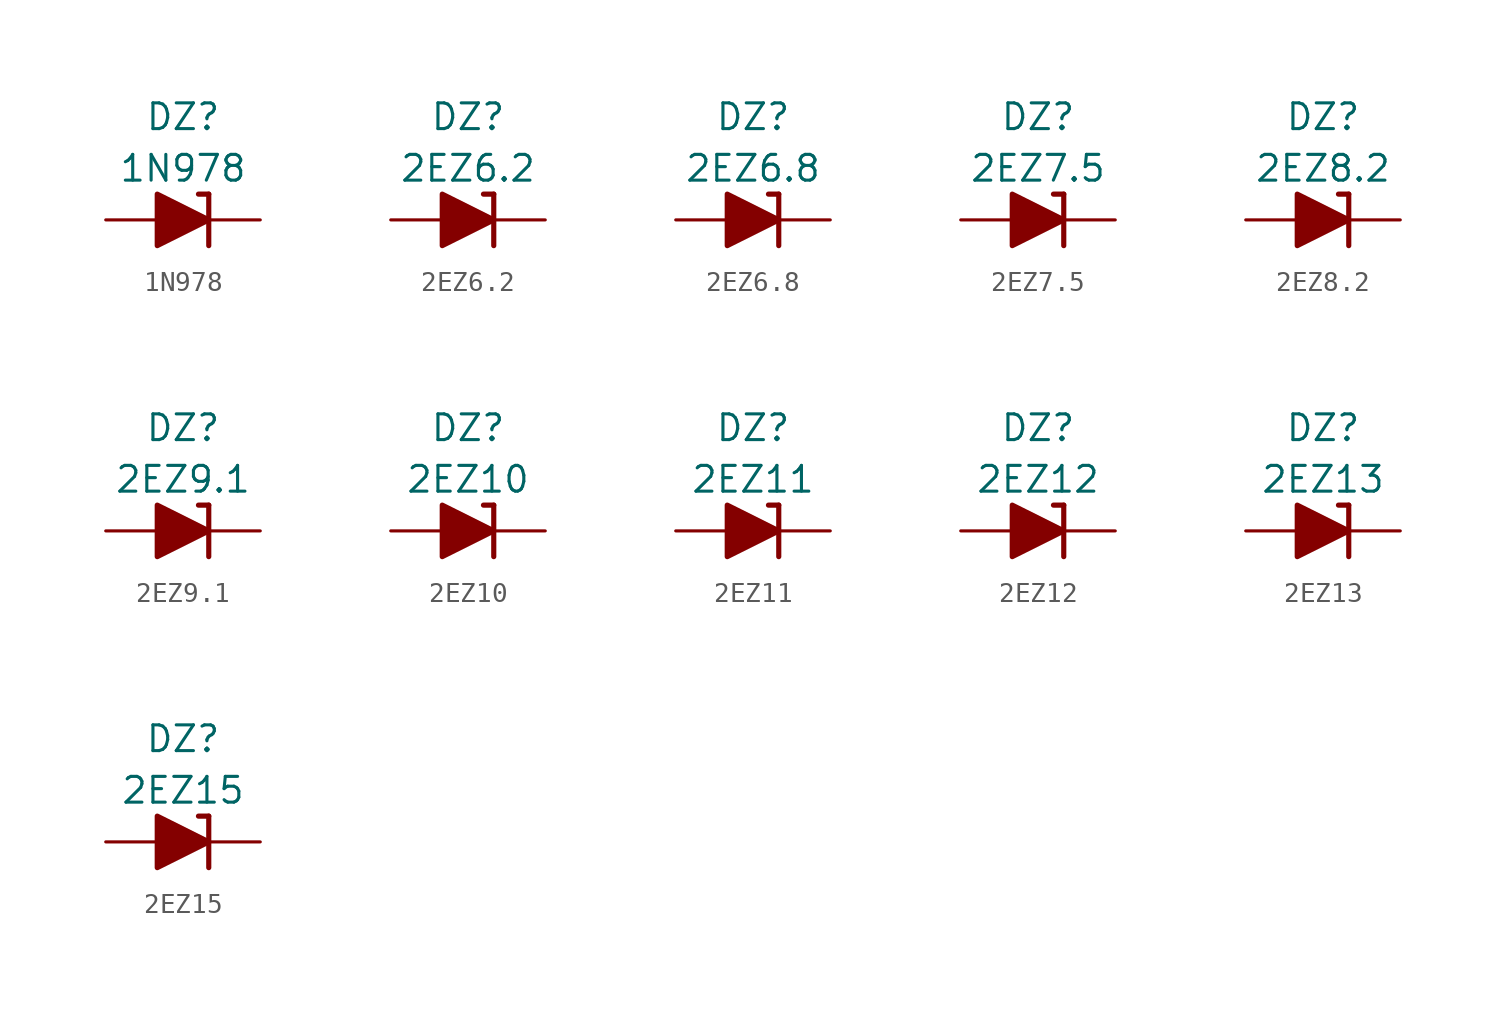
<source format=kicad_sym>
(kicad_symbol_lib
  (version 20211014)
  (generator kicad_symbol_editor)
  (symbol "1N978"
    (pin_numbers hide)
    (pin_names
      (offset 1.016) hide)
    (property "Reference" "DZ"
      (at 0 5.08 0)
      (effects (font (size 1.27 1.27))))
    (property "Value" "1N978"
      (at 0 2.54 0)
      (effects (font (size 1.27 1.27))))
    (symbol "1N978_0_1"
      (polyline (pts (xy -1.27 0) (xy 1.27 0)) (stroke (width 0) (type default) (color 0 0 0 0)) (fill (type none)))
      (polyline (pts (xy 1.27 1.27) (xy 0.762 1.27)) (stroke (width 0.254) (type default) (color 0 0 0 0)) (fill (type none)))
      (polyline (pts (xy 1.27 1.27) (xy 1.27 -1.27)) (stroke (width 0.254) (type default) (color 0 0 0 0)) (fill (type none)))
      (polyline (pts (xy -1.27 -1.27) (xy -1.27 1.27) (xy 1.27 0) (xy -1.27 -1.27)) (stroke (width 0.254) (type default) (color 0 0 0 0)) (fill (type outline))))
    (symbol "1N978_1_1"
      (pin passive line (at 3.81 0 180) (length 2.54) (name "K" (effects (font (size 1.27 1.27)))) (number "1" (effects (font (size 1.27 1.27)))))
      (pin passive line (at -3.81 0 0) (length 2.54) (name "A" (effects (font (size 1.27 1.27)))) (number "2" (effects (font (size 1.27 1.27)))))))
  (symbol "2EZ6.2"
    (pin_numbers hide)
    (pin_names
      (offset 1.016) hide)
    (property "Reference" "DZ"
      (at 0 5.08 0)
      (effects (font (size 1.27 1.27))))
    (property "Value" "2EZ6.2"
      (at 0 2.54 0)
      (effects (font (size 1.27 1.27))))
    (symbol "2EZ6.2_0_1"
      (polyline (pts (xy -1.27 0) (xy 1.27 0)) (stroke (width 0) (type default) (color 0 0 0 0)) (fill (type none)))
      (polyline (pts (xy 1.27 1.27) (xy 0.762 1.27)) (stroke (width 0.254) (type default) (color 0 0 0 0)) (fill (type none)))
      (polyline (pts (xy 1.27 1.27) (xy 1.27 -1.27)) (stroke (width 0.254) (type default) (color 0 0 0 0)) (fill (type none)))
      (polyline (pts (xy -1.27 -1.27) (xy -1.27 1.27) (xy 1.27 0) (xy -1.27 -1.27)) (stroke (width 0.254) (type default) (color 0 0 0 0)) (fill (type outline))))
    (symbol "2EZ6.2_1_1"
      (pin passive line (at 3.81 0 180) (length 2.54) (name "K" (effects (font (size 1.27 1.27)))) (number "1" (effects (font (size 1.27 1.27)))))
      (pin passive line (at -3.81 0 0) (length 2.54) (name "A" (effects (font (size 1.27 1.27)))) (number "2" (effects (font (size 1.27 1.27)))))))
  (symbol "2EZ6.8"
    (pin_numbers hide)
    (pin_names
      (offset 1.016) hide)
    (property "Reference" "DZ"
      (at 0 5.08 0)
      (effects (font (size 1.27 1.27))))
    (property "Value" "2EZ6.8"
      (at 0 2.54 0)
      (effects (font (size 1.27 1.27))))
    (symbol "2EZ6.8_0_1"
      (polyline (pts (xy -1.27 0) (xy 1.27 0)) (stroke (width 0) (type default) (color 0 0 0 0)) (fill (type none)))
      (polyline (pts (xy 1.27 1.27) (xy 0.762 1.27)) (stroke (width 0.254) (type default) (color 0 0 0 0)) (fill (type none)))
      (polyline (pts (xy 1.27 1.27) (xy 1.27 -1.27)) (stroke (width 0.254) (type default) (color 0 0 0 0)) (fill (type none)))
      (polyline (pts (xy -1.27 -1.27) (xy -1.27 1.27) (xy 1.27 0) (xy -1.27 -1.27)) (stroke (width 0.254) (type default) (color 0 0 0 0)) (fill (type outline))))
    (symbol "2EZ6.8_1_1"
      (pin passive line (at 3.81 0 180) (length 2.54) (name "K" (effects (font (size 1.27 1.27)))) (number "1" (effects (font (size 1.27 1.27)))))
      (pin passive line (at -3.81 0 0) (length 2.54) (name "A" (effects (font (size 1.27 1.27)))) (number "2" (effects (font (size 1.27 1.27)))))))
  (symbol "2EZ7.5"
    (pin_numbers hide)
    (pin_names
      (offset 1.016) hide)
    (property "Reference" "DZ"
      (at 0 5.08 0)
      (effects (font (size 1.27 1.27))))
    (property "Value" "2EZ7.5"
      (at 0 2.54 0)
      (effects (font (size 1.27 1.27))))
    (symbol "2EZ7.5_0_1"
      (polyline (pts (xy -1.27 0) (xy 1.27 0)) (stroke (width 0) (type default) (color 0 0 0 0)) (fill (type none)))
      (polyline (pts (xy 1.27 1.27) (xy 0.762 1.27)) (stroke (width 0.254) (type default) (color 0 0 0 0)) (fill (type none)))
      (polyline (pts (xy 1.27 1.27) (xy 1.27 -1.27)) (stroke (width 0.254) (type default) (color 0 0 0 0)) (fill (type none)))
      (polyline (pts (xy -1.27 -1.27) (xy -1.27 1.27) (xy 1.27 0) (xy -1.27 -1.27)) (stroke (width 0.254) (type default) (color 0 0 0 0)) (fill (type outline))))
    (symbol "2EZ7.5_1_1"
      (pin passive line (at 3.81 0 180) (length 2.54) (name "K" (effects (font (size 1.27 1.27)))) (number "1" (effects (font (size 1.27 1.27)))))
      (pin passive line (at -3.81 0 0) (length 2.54) (name "A" (effects (font (size 1.27 1.27)))) (number "2" (effects (font (size 1.27 1.27)))))))
  (symbol "2EZ8.2"
    (pin_numbers hide)
    (pin_names
      (offset 1.016) hide)
    (property "Reference" "DZ"
      (at 0 5.08 0)
      (effects (font (size 1.27 1.27))))
    (property "Value" "2EZ8.2"
      (at 0 2.54 0)
      (effects (font (size 1.27 1.27))))
    (symbol "2EZ8.2_0_1"
      (polyline (pts (xy -1.27 0) (xy 1.27 0)) (stroke (width 0) (type default) (color 0 0 0 0)) (fill (type none)))
      (polyline (pts (xy 1.27 1.27) (xy 0.762 1.27)) (stroke (width 0.254) (type default) (color 0 0 0 0)) (fill (type none)))
      (polyline (pts (xy 1.27 1.27) (xy 1.27 -1.27)) (stroke (width 0.254) (type default) (color 0 0 0 0)) (fill (type none)))
      (polyline (pts (xy -1.27 -1.27) (xy -1.27 1.27) (xy 1.27 0) (xy -1.27 -1.27)) (stroke (width 0.254) (type default) (color 0 0 0 0)) (fill (type outline))))
    (symbol "2EZ8.2_1_1"
      (pin passive line (at 3.81 0 180) (length 2.54) (name "K" (effects (font (size 1.27 1.27)))) (number "1" (effects (font (size 1.27 1.27)))))
      (pin passive line (at -3.81 0 0) (length 2.54) (name "A" (effects (font (size 1.27 1.27)))) (number "2" (effects (font (size 1.27 1.27)))))))
  (symbol "2EZ9.1"
    (pin_numbers hide)
    (pin_names
      (offset 1.016) hide)
    (property "Reference" "DZ"
      (at 0 5.08 0)
      (effects (font (size 1.27 1.27))))
    (property "Value" "2EZ9.1"
      (at 0 2.54 0)
      (effects (font (size 1.27 1.27))))
    (symbol "2EZ9.1_0_1"
      (polyline (pts (xy -1.27 0) (xy 1.27 0)) (stroke (width 0) (type default) (color 0 0 0 0)) (fill (type none)))
      (polyline (pts (xy 1.27 1.27) (xy 0.762 1.27)) (stroke (width 0.254) (type default) (color 0 0 0 0)) (fill (type none)))
      (polyline (pts (xy 1.27 1.27) (xy 1.27 -1.27)) (stroke (width 0.254) (type default) (color 0 0 0 0)) (fill (type none)))
      (polyline (pts (xy -1.27 -1.27) (xy -1.27 1.27) (xy 1.27 0) (xy -1.27 -1.27)) (stroke (width 0.254) (type default) (color 0 0 0 0)) (fill (type outline))))
    (symbol "2EZ9.1_1_1"
      (pin passive line (at 3.81 0 180) (length 2.54) (name "K" (effects (font (size 1.27 1.27)))) (number "1" (effects (font (size 1.27 1.27)))))
      (pin passive line (at -3.81 0 0) (length 2.54) (name "A" (effects (font (size 1.27 1.27)))) (number "2" (effects (font (size 1.27 1.27)))))))
  (symbol "2EZ10"
    (pin_numbers hide)
    (pin_names
      (offset 1.016) hide)
    (property "Reference" "DZ"
      (at 0 5.08 0)
      (effects (font (size 1.27 1.27))))
    (property "Value" "2EZ10"
      (at 0 2.54 0)
      (effects (font (size 1.27 1.27))))
    (symbol "2EZ10_0_1"
      (polyline (pts (xy -1.27 0) (xy 1.27 0)) (stroke (width 0) (type default) (color 0 0 0 0)) (fill (type none)))
      (polyline (pts (xy 1.27 1.27) (xy 0.762 1.27)) (stroke (width 0.254) (type default) (color 0 0 0 0)) (fill (type none)))
      (polyline (pts (xy 1.27 1.27) (xy 1.27 -1.27)) (stroke (width 0.254) (type default) (color 0 0 0 0)) (fill (type none)))
      (polyline (pts (xy -1.27 -1.27) (xy -1.27 1.27) (xy 1.27 0) (xy -1.27 -1.27)) (stroke (width 0.254) (type default) (color 0 0 0 0)) (fill (type outline))))
    (symbol "2EZ10_1_1"
      (pin passive line (at 3.81 0 180) (length 2.54) (name "K" (effects (font (size 1.27 1.27)))) (number "1" (effects (font (size 1.27 1.27)))))
      (pin passive line (at -3.81 0 0) (length 2.54) (name "A" (effects (font (size 1.27 1.27)))) (number "2" (effects (font (size 1.27 1.27)))))))
  (symbol "2EZ11"
    (pin_numbers hide)
    (pin_names
      (offset 1.016) hide)
    (property "Reference" "DZ"
      (at 0 5.08 0)
      (effects (font (size 1.27 1.27))))
    (property "Value" "2EZ11"
      (at 0 2.54 0)
      (effects (font (size 1.27 1.27))))
    (symbol "2EZ11_0_1"
      (polyline (pts (xy -1.27 0) (xy 1.27 0)) (stroke (width 0) (type default) (color 0 0 0 0)) (fill (type none)))
      (polyline (pts (xy 1.27 1.27) (xy 0.762 1.27)) (stroke (width 0.254) (type default) (color 0 0 0 0)) (fill (type none)))
      (polyline (pts (xy 1.27 1.27) (xy 1.27 -1.27)) (stroke (width 0.254) (type default) (color 0 0 0 0)) (fill (type none)))
      (polyline (pts (xy -1.27 -1.27) (xy -1.27 1.27) (xy 1.27 0) (xy -1.27 -1.27)) (stroke (width 0.254) (type default) (color 0 0 0 0)) (fill (type outline))))
    (symbol "2EZ11_1_1"
      (pin passive line (at 3.81 0 180) (length 2.54) (name "K" (effects (font (size 1.27 1.27)))) (number "1" (effects (font (size 1.27 1.27)))))
      (pin passive line (at -3.81 0 0) (length 2.54) (name "A" (effects (font (size 1.27 1.27)))) (number "2" (effects (font (size 1.27 1.27)))))))
  (symbol "2EZ12"
    (pin_numbers hide)
    (pin_names
      (offset 1.016) hide)
    (property "Reference" "DZ"
      (at 0 5.08 0)
      (effects (font (size 1.27 1.27))))
    (property "Value" "2EZ12"
      (at 0 2.54 0)
      (effects (font (size 1.27 1.27))))
    (symbol "2EZ12_0_1"
      (polyline (pts (xy -1.27 0) (xy 1.27 0)) (stroke (width 0) (type default) (color 0 0 0 0)) (fill (type none)))
      (polyline (pts (xy 1.27 1.27) (xy 0.762 1.27)) (stroke (width 0.254) (type default) (color 0 0 0 0)) (fill (type none)))
      (polyline (pts (xy 1.27 1.27) (xy 1.27 -1.27)) (stroke (width 0.254) (type default) (color 0 0 0 0)) (fill (type none)))
      (polyline (pts (xy -1.27 -1.27) (xy -1.27 1.27) (xy 1.27 0) (xy -1.27 -1.27)) (stroke (width 0.254) (type default) (color 0 0 0 0)) (fill (type outline))))
    (symbol "2EZ12_1_1"
      (pin passive line (at 3.81 0 180) (length 2.54) (name "K" (effects (font (size 1.27 1.27)))) (number "1" (effects (font (size 1.27 1.27)))))
      (pin passive line (at -3.81 0 0) (length 2.54) (name "A" (effects (font (size 1.27 1.27)))) (number "2" (effects (font (size 1.27 1.27)))))))
  (symbol "2EZ13"
    (pin_numbers hide)
    (pin_names
      (offset 1.016) hide)
    (property "Reference" "DZ"
      (at 0 5.08 0)
      (effects (font (size 1.27 1.27))))
    (property "Value" "2EZ13"
      (at 0 2.54 0)
      (effects (font (size 1.27 1.27))))
    (symbol "2EZ13_0_1"
      (polyline (pts (xy -1.27 0) (xy 1.27 0)) (stroke (width 0) (type default) (color 0 0 0 0)) (fill (type none)))
      (polyline (pts (xy 1.27 1.27) (xy 0.762 1.27)) (stroke (width 0.254) (type default) (color 0 0 0 0)) (fill (type none)))
      (polyline (pts (xy 1.27 1.27) (xy 1.27 -1.27)) (stroke (width 0.254) (type default) (color 0 0 0 0)) (fill (type none)))
      (polyline (pts (xy -1.27 -1.27) (xy -1.27 1.27) (xy 1.27 0) (xy -1.27 -1.27)) (stroke (width 0.254) (type default) (color 0 0 0 0)) (fill (type outline))))
    (symbol "2EZ13_1_1"
      (pin passive line (at 3.81 0 180) (length 2.54) (name "K" (effects (font (size 1.27 1.27)))) (number "1" (effects (font (size 1.27 1.27)))))
      (pin passive line (at -3.81 0 0) (length 2.54) (name "A" (effects (font (size 1.27 1.27)))) (number "2" (effects (font (size 1.27 1.27)))))))
  (symbol "2EZ15"
    (pin_numbers hide)
    (pin_names
      (offset 1.016) hide)
    (property "Reference" "DZ"
      (at 0 5.08 0)
      (effects (font (size 1.27 1.27))))
    (property "Value" "2EZ15"
      (at 0 2.54 0)
      (effects (font (size 1.27 1.27))))
    (symbol "2EZ15_0_1"
      (polyline (pts (xy -1.27 0) (xy 1.27 0)) (stroke (width 0) (type default) (color 0 0 0 0)) (fill (type none)))
      (polyline (pts (xy 1.27 1.27) (xy 0.762 1.27)) (stroke (width 0.254) (type default) (color 0 0 0 0)) (fill (type none)))
      (polyline (pts (xy 1.27 1.27) (xy 1.27 -1.27)) (stroke (width 0.254) (type default) (color 0 0 0 0)) (fill (type none)))
      (polyline (pts (xy -1.27 -1.27) (xy -1.27 1.27) (xy 1.27 0) (xy -1.27 -1.27)) (stroke (width 0.254) (type default) (color 0 0 0 0)) (fill (type outline))))
    (symbol "2EZ15_1_1"
      (pin passive line (at 3.81 0 180) (length 2.54) (name "K" (effects (font (size 1.27 1.27)))) (number "1" (effects (font (size 1.27 1.27)))))
      (pin passive line (at -3.81 0 0) (length 2.54) (name "A" (effects (font (size 1.27 1.27)))) (number "2" (effects (font (size 1.27 1.27))))))))
</source>
